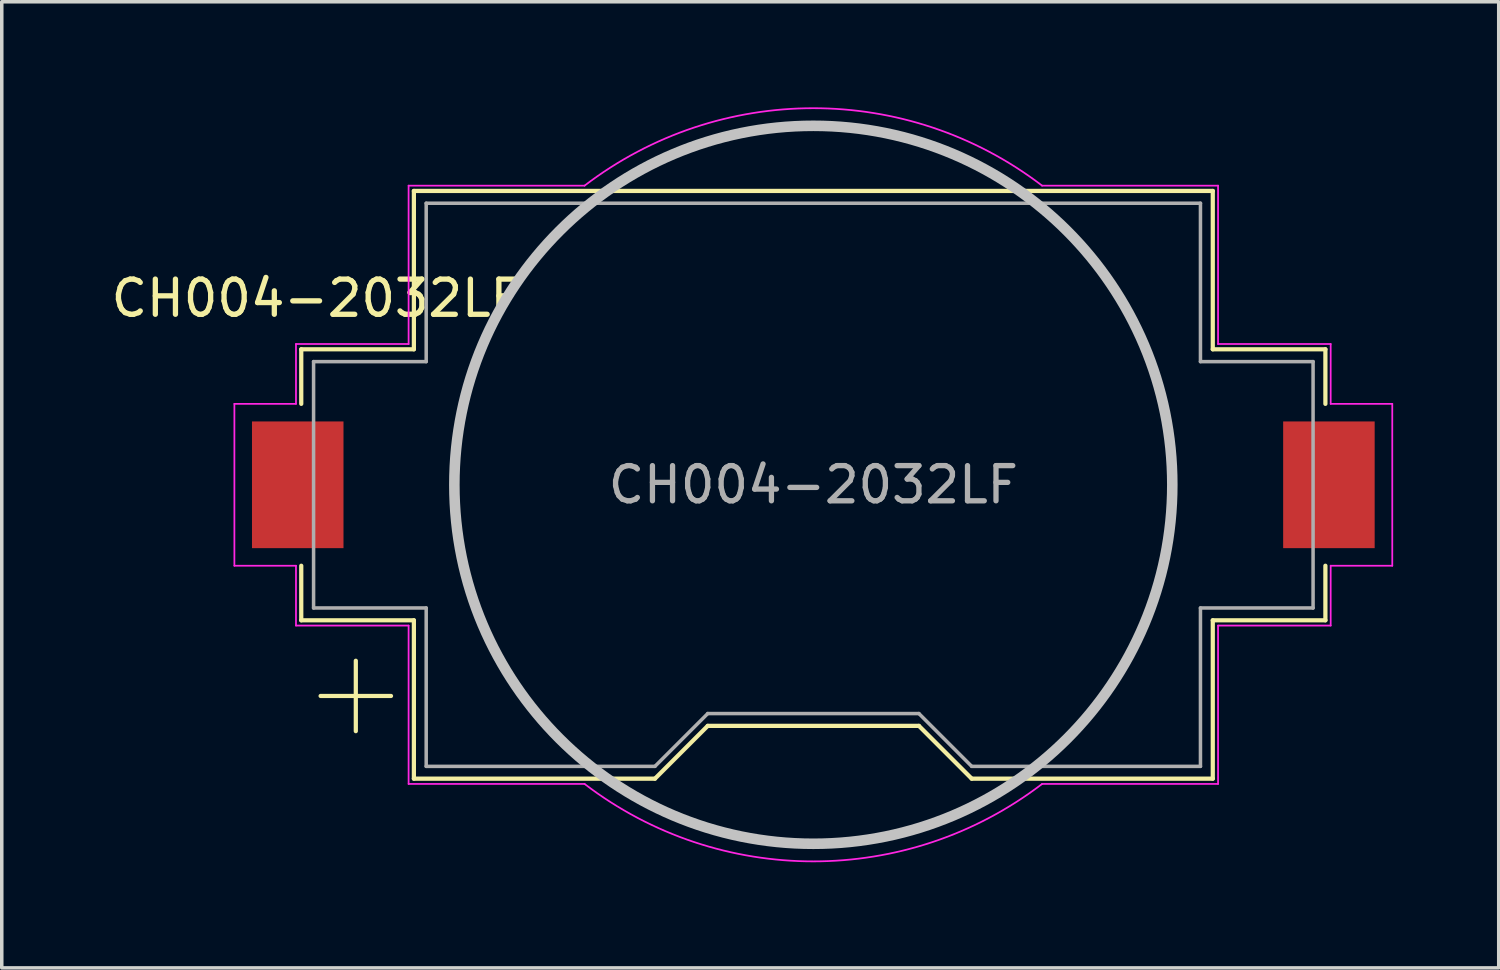
<source format=kicad_pcb>
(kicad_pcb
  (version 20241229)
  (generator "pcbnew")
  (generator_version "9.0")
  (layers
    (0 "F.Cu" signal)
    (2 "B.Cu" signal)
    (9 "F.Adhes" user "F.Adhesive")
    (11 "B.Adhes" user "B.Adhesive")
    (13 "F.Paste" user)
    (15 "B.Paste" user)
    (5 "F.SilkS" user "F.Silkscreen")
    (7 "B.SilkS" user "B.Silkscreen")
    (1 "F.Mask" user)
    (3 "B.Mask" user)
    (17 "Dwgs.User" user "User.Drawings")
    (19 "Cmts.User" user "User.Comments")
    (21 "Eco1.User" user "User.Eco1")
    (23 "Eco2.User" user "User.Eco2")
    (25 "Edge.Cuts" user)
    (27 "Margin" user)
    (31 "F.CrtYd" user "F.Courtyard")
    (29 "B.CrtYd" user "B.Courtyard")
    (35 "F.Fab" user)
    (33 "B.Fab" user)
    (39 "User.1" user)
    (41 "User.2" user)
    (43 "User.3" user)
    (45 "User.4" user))
  (footprint "CH004-2032LF"
    (layer "F.Cu")
    (at 20.06 10.725)
    (property "Reference" "CH004-2032LF" (at -14.125 -5.3 0) (layer "F.SilkS") (effects (font (size 1 1) (thickness 0.15))))
    (attr smd)
    (fp_line (start -14.55 -3.85) (end -14.55 -2.3) (stroke (width 0.12) (type solid)) (layer "F.SilkS"))
    (fp_line (start -14.55 3.85) (end -14.55 2.3) (stroke (width 0.12) (type solid)) (layer "F.SilkS"))
    (fp_line (start -13 5) (end -13 7) (stroke (width 0.12) (type solid)) (layer "F.SilkS"))
    (fp_line (start -12 6) (end -14 6) (stroke (width 0.12) (type solid)) (layer "F.SilkS"))
    (fp_line (start -11.35 -8.35) (end -11.35 -3.85) (stroke (width 0.12) (type solid)) (layer "F.SilkS"))
    (fp_line (start -11.35 -8.35) (end 11.35 -8.35) (stroke (width 0.12) (type solid)) (layer "F.SilkS"))
    (fp_line (start -11.35 -3.85) (end -14.55 -3.85) (stroke (width 0.12) (type solid)) (layer "F.SilkS"))
    (fp_line (start -11.35 3.85) (end -14.55 3.85) (stroke (width 0.12) (type solid)) (layer "F.SilkS"))
    (fp_line (start -11.35 8.35) (end -11.35 3.85) (stroke (width 0.12) (type solid)) (layer "F.SilkS"))
    (fp_line (start -4.5 8.35) (end -11.35 8.35) (stroke (width 0.12) (type solid)) (layer "F.SilkS"))
    (fp_line (start -4.5 8.35) (end -3 6.85) (stroke (width 0.12) (type solid)) (layer "F.SilkS"))
    (fp_line (start -3 6.85) (end 3 6.85) (stroke (width 0.12) (type solid)) (layer "F.SilkS"))
    (fp_line (start 4.5 8.35) (end 3 6.85) (stroke (width 0.12) (type solid)) (layer "F.SilkS"))
    (fp_line (start 11.35 -8.35) (end 11.35 -3.85) (stroke (width 0.12) (type solid)) (layer "F.SilkS"))
    (fp_line (start 11.35 -3.85) (end 14.55 -3.85) (stroke (width 0.12) (type solid)) (layer "F.SilkS"))
    (fp_line (start 11.35 3.85) (end 14.55 3.85) (stroke (width 0.12) (type solid)) (layer "F.SilkS"))
    (fp_line (start 11.35 8.35) (end 4.5 8.35) (stroke (width 0.12) (type solid)) (layer "F.SilkS"))
    (fp_line (start 11.35 8.35) (end 11.35 3.85) (stroke (width 0.12) (type solid)) (layer "F.SilkS"))
    (fp_line (start 14.55 -3.85) (end 14.55 -2.3) (stroke (width 0.12) (type solid)) (layer "F.SilkS"))
    (fp_line (start 14.55 3.85) (end 14.55 2.3) (stroke (width 0.12) (type solid)) (layer "F.SilkS"))
    (fp_circle (center 0 0) (end -10.2 0) (stroke (width 0.3) (type solid)) (fill no) (layer "Dwgs.User"))
    (fp_line (start -16.45 2.3) (end -16.45 -2.3) (stroke (width 0.05) (type solid)) (layer "F.CrtYd"))
    (fp_line (start -14.7 -4) (end -11.5 -4) (stroke (width 0.05) (type solid)) (layer "F.CrtYd"))
    (fp_line (start -14.7 -2.3) (end -16.45 -2.3) (stroke (width 0.05) (type solid)) (layer "F.CrtYd"))
    (fp_line (start -14.7 -2.3) (end -14.7 -4) (stroke (width 0.05) (type solid)) (layer "F.CrtYd"))
    (fp_line (start -14.7 2.3) (end -16.45 2.3) (stroke (width 0.05) (type solid)) (layer "F.CrtYd"))
    (fp_line (start -14.7 4) (end -14.7 2.3) (stroke (width 0.05) (type solid)) (layer "F.CrtYd"))
    (fp_line (start -14.7 4) (end -11.5 4) (stroke (width 0.05) (type solid)) (layer "F.CrtYd"))
    (fp_line (start -11.5 -8.5) (end -6.5 -8.5) (stroke (width 0.05) (type solid)) (layer "F.CrtYd"))
    (fp_line (start -11.5 -4) (end -11.5 -8.5) (stroke (width 0.05) (type solid)) (layer "F.CrtYd"))
    (fp_line (start -11.5 4) (end -11.5 8.5) (stroke (width 0.05) (type solid)) (layer "F.CrtYd"))
    (fp_line (start -6.5 8.5) (end -11.5 8.5) (stroke (width 0.05) (type solid)) (layer "F.CrtYd"))
    (fp_line (start 11.5 -8.5) (end 6.5 -8.5) (stroke (width 0.05) (type solid)) (layer "F.CrtYd"))
    (fp_line (start 11.5 -8.5) (end 11.5 -4) (stroke (width 0.05) (type solid)) (layer "F.CrtYd"))
    (fp_line (start 11.5 -4) (end 14.7 -4) (stroke (width 0.05) (type solid)) (layer "F.CrtYd"))
    (fp_line (start 11.5 4) (end 11.5 8.5) (stroke (width 0.05) (type solid)) (layer "F.CrtYd"))
    (fp_line (start 11.5 8.5) (end 6.5 8.5) (stroke (width 0.05) (type solid)) (layer "F.CrtYd"))
    (fp_line (start 14.7 -4) (end 14.7 -2.3) (stroke (width 0.05) (type solid)) (layer "F.CrtYd"))
    (fp_line (start 14.7 -2.3) (end 16.45 -2.3) (stroke (width 0.05) (type solid)) (layer "F.CrtYd"))
    (fp_line (start 14.7 2.3) (end 14.7 4) (stroke (width 0.05) (type solid)) (layer "F.CrtYd"))
    (fp_line (start 14.7 4) (end 11.5 4) (stroke (width 0.05) (type solid)) (layer "F.CrtYd"))
    (fp_line (start 16.45 -2.3) (end 16.45 2.3) (stroke (width 0.05) (type solid)) (layer "F.CrtYd"))
    (fp_line (start 16.45 2.3) (end 14.7 2.3) (stroke (width 0.05) (type solid)) (layer "F.CrtYd"))
    (fp_arc (start -6.499999 -8.5) (mid 0 -10.700467) (end 6.5 -8.5) (stroke (width 0.05) (type solid)) (layer "F.CrtYd"))
    (fp_arc (start 6.499999 8.5) (mid 0 10.700467) (end -6.5 8.5) (stroke (width 0.05) (type solid)) (layer "F.CrtYd"))
    (fp_line (start -14.2 -3.5) (end -11 -3.5) (stroke (width 0.1) (type solid)) (layer "F.Fab"))
    (fp_line (start -14.2 3.5) (end -14.2 -3.5) (stroke (width 0.1) (type solid)) (layer "F.Fab"))
    (fp_line (start -11 -8) (end -11 -3.5) (stroke (width 0.1) (type solid)) (layer "F.Fab"))
    (fp_line (start -11 3.5) (end -14.2 3.5) (stroke (width 0.1) (type solid)) (layer "F.Fab"))
    (fp_line (start -11 8) (end -11 3.5) (stroke (width 0.1) (type solid)) (layer "F.Fab"))
    (fp_line (start -4.5 8) (end -11 8) (stroke (width 0.1) (type solid)) (layer "F.Fab"))
    (fp_line (start -4.5 8) (end -3 6.5) (stroke (width 0.1) (type default)) (layer "F.Fab"))
    (fp_line (start -3 6.5) (end 3 6.5) (stroke (width 0.1) (type default)) (layer "F.Fab"))
    (fp_line (start 3 6.5) (end 4.5 8) (stroke (width 0.1) (type default)) (layer "F.Fab"))
    (fp_line (start 11 -8) (end -11 -8) (stroke (width 0.1) (type solid)) (layer "F.Fab"))
    (fp_line (start 11 -8) (end 11 -3.5) (stroke (width 0.1) (type solid)) (layer "F.Fab"))
    (fp_line (start 11 3.5) (end 14.2 3.5) (stroke (width 0.1) (type solid)) (layer "F.Fab"))
    (fp_line (start 11 8) (end 4.5 8) (stroke (width 0.1) (type solid)) (layer "F.Fab"))
    (fp_line (start 11 8) (end 11 3.5) (stroke (width 0.1) (type solid)) (layer "F.Fab"))
    (fp_line (start 14.2 -3.5) (end 11 -3.5) (stroke (width 0.1) (type solid)) (layer "F.Fab"))
    (fp_line (start 14.2 3.5) (end 14.2 -3.5) (stroke (width 0.1) (type solid)) (layer "F.Fab"))
    (fp_text user "${REFERENCE}" (at 0 0 0) (layer "F.Fab") (effects (font (size 1 1) (thickness 0.15))))
    (pad "1" smd rect (at -14.65 0 180) (size 2.6 3.6) (layers "F.Cu" "F.Mask" "F.Paste"))
    (pad "2" smd rect (at 14.65 0 180) (size 2.6 3.6) (layers "F.Cu" "F.Mask" "F.Paste")))
  (gr_rect
    (start -3 -3)
    (end 39.535 24.451)
    (stroke (width 0.1) (type default))
    (fill no)
    (layer "Edge.Cuts")))
</source>
